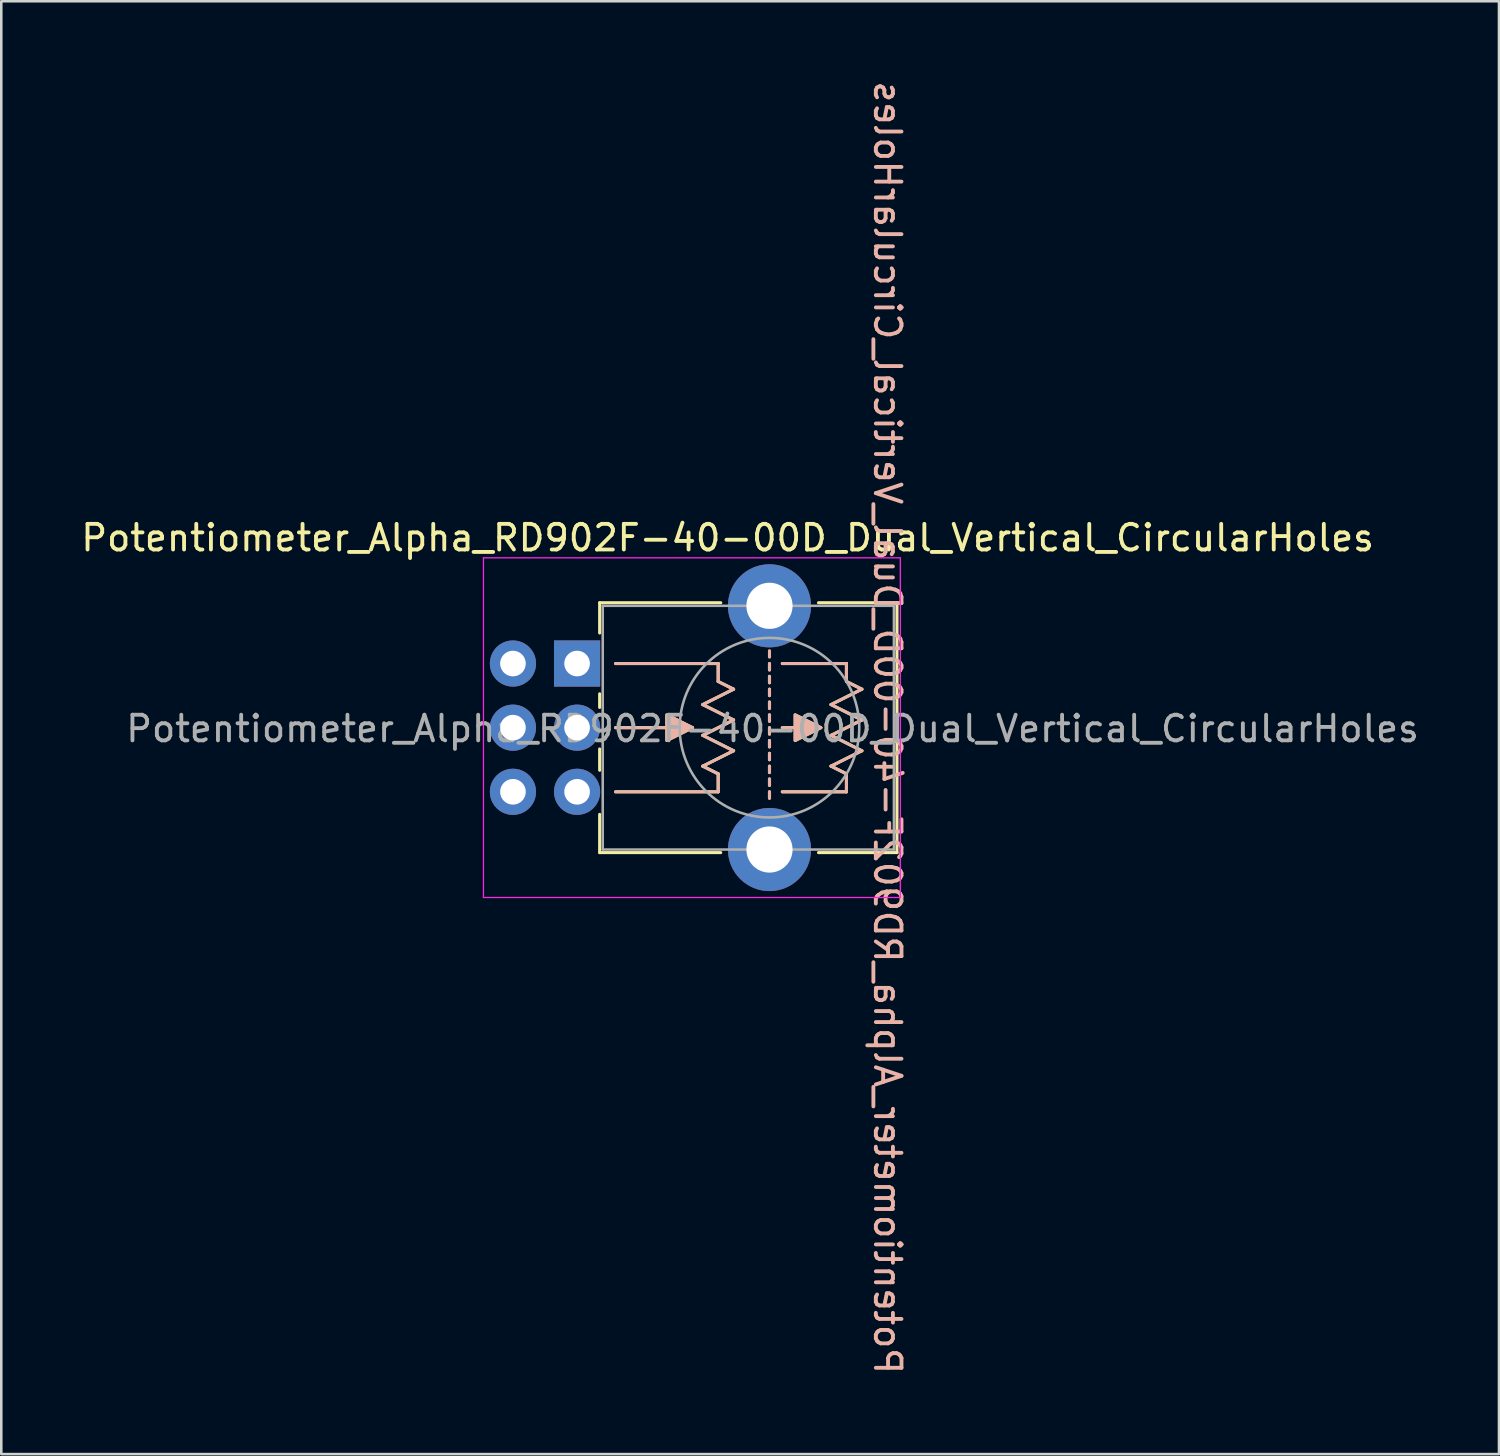
<source format=kicad_pcb>
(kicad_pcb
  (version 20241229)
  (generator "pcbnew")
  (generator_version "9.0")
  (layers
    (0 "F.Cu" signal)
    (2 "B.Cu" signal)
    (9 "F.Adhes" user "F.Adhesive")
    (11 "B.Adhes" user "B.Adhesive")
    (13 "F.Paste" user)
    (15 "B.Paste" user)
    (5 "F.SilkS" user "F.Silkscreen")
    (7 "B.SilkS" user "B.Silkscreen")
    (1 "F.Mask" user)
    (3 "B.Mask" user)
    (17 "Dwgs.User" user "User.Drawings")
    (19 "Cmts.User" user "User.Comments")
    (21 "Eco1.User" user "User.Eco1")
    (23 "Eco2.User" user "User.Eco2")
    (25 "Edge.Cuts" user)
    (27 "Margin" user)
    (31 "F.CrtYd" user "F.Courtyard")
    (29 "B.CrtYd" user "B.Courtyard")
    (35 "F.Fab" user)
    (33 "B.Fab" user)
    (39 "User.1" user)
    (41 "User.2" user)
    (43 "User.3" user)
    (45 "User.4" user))
  (footprint "Potentiometer_Alpha_RD902F-40-00D_Dual_Vertical_CircularHoles"
    (layer "F.Cu")
    (at 19.445 22.815)
    (property "Reference" "Potentiometer_Alpha_RD902F-40-00D_Dual_Vertical_CircularHoles" (at 5.87 -4.9 180) (layer "F.SilkS") (effects (font (size 1 1) (thickness 0.15))))
    (attr through_hole)
    (fp_line (start 0.88 -2.37) (end 5.6 -2.37) (stroke (width 0.12) (type solid)) (layer "F.SilkS"))
    (fp_line (start 0.88 -1.19) (end 0.88 -2.37) (stroke (width 0.12) (type solid)) (layer "F.SilkS"))
    (fp_line (start 0.88 1.71) (end 0.88 1.18) (stroke (width 0.12) (type solid)) (layer "F.SilkS"))
    (fp_line (start 0.88 4.16) (end 0.88 3.33) (stroke (width 0.12) (type solid)) (layer "F.SilkS"))
    (fp_line (start 0.88 7.37) (end 0.88 5.88) (stroke (width 0.12) (type solid)) (layer "F.SilkS"))
    (fp_line (start 0.88 7.37) (end 5.6 7.37) (stroke (width 0.12) (type solid)) (layer "F.SilkS"))
    (fp_line (start 1.5 2.5) (end 4.5 2.5) (stroke (width 0.12) (type solid)) (layer "F.SilkS"))
    (fp_line (start 4.9 1.6) (end 6.1 1) (stroke (width 0.12) (type solid)) (layer "F.SilkS"))
    (fp_line (start 4.9 2.8) (end 6.1 2.2) (stroke (width 0.12) (type solid)) (layer "F.SilkS"))
    (fp_line (start 4.9 4) (end 6.1 3.4) (stroke (width 0.12) (type solid)) (layer "F.SilkS"))
    (fp_line (start 5.5 0) (end 1.5 0) (stroke (width 0.12) (type solid)) (layer "F.SilkS"))
    (fp_line (start 5.5 0.7) (end 5.5 0) (stroke (width 0.12) (type solid)) (layer "F.SilkS"))
    (fp_line (start 5.5 4.3) (end 4.9 4) (stroke (width 0.12) (type solid)) (layer "F.SilkS"))
    (fp_line (start 5.5 4.3) (end 5.5 5) (stroke (width 0.12) (type solid)) (layer "F.SilkS"))
    (fp_line (start 5.5 5) (end 1.5 5) (stroke (width 0.12) (type solid)) (layer "F.SilkS"))
    (fp_line (start 6.1 1) (end 5.5 0.7) (stroke (width 0.12) (type solid)) (layer "F.SilkS"))
    (fp_line (start 6.1 2.2) (end 4.9 1.6) (stroke (width 0.12) (type solid)) (layer "F.SilkS"))
    (fp_line (start 6.1 3.4) (end 4.9 2.8) (stroke (width 0.12) (type solid)) (layer "F.SilkS"))
    (fp_line (start 7.5 0) (end 7.5 0.25) (stroke (width 0.12) (type solid)) (layer "F.SilkS"))
    (fp_line (start 7.5 0.5) (end 7.5 0.75) (stroke (width 0.12) (type solid)) (layer "F.SilkS"))
    (fp_line (start 7.5 1) (end 7.5 1.25) (stroke (width 0.12) (type solid)) (layer "F.SilkS"))
    (fp_line (start 7.5 1.5) (end 7.5 1.75) (stroke (width 0.12) (type solid)) (layer "F.SilkS"))
    (fp_line (start 7.5 2) (end 7.5 2.25) (stroke (width 0.12) (type solid)) (layer "F.SilkS"))
    (fp_line (start 7.5 2.5) (end 7.5 2.75) (stroke (width 0.12) (type solid)) (layer "F.SilkS"))
    (fp_line (start 7.5 3) (end 7.5 3.25) (stroke (width 0.12) (type solid)) (layer "F.SilkS"))
    (fp_line (start 7.5 3.5) (end 7.5 3.75) (stroke (width 0.12) (type solid)) (layer "F.SilkS"))
    (fp_line (start 7.5 4) (end 7.5 4.25) (stroke (width 0.12) (type solid)) (layer "F.SilkS"))
    (fp_line (start 7.5 4.5) (end 7.5 4.75) (stroke (width 0.12) (type solid)) (layer "F.SilkS"))
    (fp_line (start 7.5 5) (end 7.5 5.25) (stroke (width 0.12) (type solid)) (layer "F.SilkS"))
    (fp_line (start 8 2.5) (end 9.5 2.5) (stroke (width 0.12) (type solid)) (layer "F.SilkS"))
    (fp_line (start 9.41 -2.37) (end 12.47 -2.37) (stroke (width 0.12) (type solid)) (layer "F.SilkS"))
    (fp_line (start 9.41 7.37) (end 12.47 7.37) (stroke (width 0.12) (type solid)) (layer "F.SilkS"))
    (fp_line (start 9.9 1.6) (end 11.1 1) (stroke (width 0.12) (type solid)) (layer "F.SilkS"))
    (fp_line (start 9.9 2.8) (end 11.1 2.2) (stroke (width 0.12) (type solid)) (layer "F.SilkS"))
    (fp_line (start 9.9 4) (end 11.1 3.4) (stroke (width 0.12) (type solid)) (layer "F.SilkS"))
    (fp_line (start 10.5 0) (end 8 0) (stroke (width 0.12) (type solid)) (layer "F.SilkS"))
    (fp_line (start 10.5 0.7) (end 10.5 0) (stroke (width 0.12) (type solid)) (layer "F.SilkS"))
    (fp_line (start 10.5 4.3) (end 9.9 4) (stroke (width 0.12) (type solid)) (layer "F.SilkS"))
    (fp_line (start 10.5 4.3) (end 10.5 5) (stroke (width 0.12) (type solid)) (layer "F.SilkS"))
    (fp_line (start 10.5 5) (end 8 5) (stroke (width 0.12) (type solid)) (layer "F.SilkS"))
    (fp_line (start 11.1 1) (end 10.5 0.7) (stroke (width 0.12) (type solid)) (layer "F.SilkS"))
    (fp_line (start 11.1 2.2) (end 9.9 1.6) (stroke (width 0.12) (type solid)) (layer "F.SilkS"))
    (fp_line (start 11.1 3.4) (end 9.9 2.8) (stroke (width 0.12) (type solid)) (layer "F.SilkS"))
    (fp_line (start 12.47 7.37) (end 12.47 -2.37) (stroke (width 0.12) (type solid)) (layer "F.SilkS"))
    (fp_poly (pts (xy 4.5 2.5) (xy 3.5 3) (xy 3.5 2)) (stroke (width 0.12) (type solid)) (fill yes) (layer "F.SilkS"))
    (fp_poly (pts (xy 9.5 2.5) (xy 8.5 3) (xy 8.5 2)) (stroke (width 0.12) (type solid)) (fill yes) (layer "F.SilkS"))
    (fp_line (start 1.5 0) (end 5.5 0) (stroke (width 0.12) (type solid)) (layer "B.SilkS"))
    (fp_line (start 1.5 2.5) (end 4.5 2.5) (stroke (width 0.12) (type solid)) (layer "B.SilkS"))
    (fp_line (start 4.9 1.6) (end 6.1 2.2) (stroke (width 0.12) (type solid)) (layer "B.SilkS"))
    (fp_line (start 4.9 2.8) (end 6.1 3.4) (stroke (width 0.12) (type solid)) (layer "B.SilkS"))
    (fp_line (start 4.9 4) (end 5.5 4.3) (stroke (width 0.12) (type solid)) (layer "B.SilkS"))
    (fp_line (start 5.5 0) (end 5.5 0.7) (stroke (width 0.12) (type solid)) (layer "B.SilkS"))
    (fp_line (start 5.5 0.7) (end 6.1 1) (stroke (width 0.12) (type solid)) (layer "B.SilkS"))
    (fp_line (start 5.5 4.3) (end 5.5 5) (stroke (width 0.12) (type solid)) (layer "B.SilkS"))
    (fp_line (start 5.5 5) (end 1.5 5) (stroke (width 0.12) (type solid)) (layer "B.SilkS"))
    (fp_line (start 6.1 1) (end 4.9 1.6) (stroke (width 0.12) (type solid)) (layer "B.SilkS"))
    (fp_line (start 6.1 2.2) (end 4.9 2.8) (stroke (width 0.12) (type solid)) (layer "B.SilkS"))
    (fp_line (start 6.1 3.4) (end 4.9 4) (stroke (width 0.12) (type solid)) (layer "B.SilkS"))
    (fp_line (start 7.5 -0.5) (end 7.5 -0.25) (stroke (width 0.12) (type solid)) (layer "B.SilkS"))
    (fp_line (start 7.5 0) (end 7.5 0.25) (stroke (width 0.12) (type solid)) (layer "B.SilkS"))
    (fp_line (start 7.5 0.5) (end 7.5 0.75) (stroke (width 0.12) (type solid)) (layer "B.SilkS"))
    (fp_line (start 7.5 1) (end 7.5 1.25) (stroke (width 0.12) (type solid)) (layer "B.SilkS"))
    (fp_line (start 7.5 1.5) (end 7.5 1.75) (stroke (width 0.12) (type solid)) (layer "B.SilkS"))
    (fp_line (start 7.5 2) (end 7.5 2.25) (stroke (width 0.12) (type solid)) (layer "B.SilkS"))
    (fp_line (start 7.5 2.5) (end 7.5 2.75) (stroke (width 0.12) (type solid)) (layer "B.SilkS"))
    (fp_line (start 7.5 3) (end 7.5 3.25) (stroke (width 0.12) (type solid)) (layer "B.SilkS"))
    (fp_line (start 7.5 3.5) (end 7.5 3.75) (stroke (width 0.12) (type solid)) (layer "B.SilkS"))
    (fp_line (start 7.5 4) (end 7.5 4.25) (stroke (width 0.12) (type solid)) (layer "B.SilkS"))
    (fp_line (start 7.5 4.5) (end 7.5 4.75) (stroke (width 0.12) (type solid)) (layer "B.SilkS"))
    (fp_line (start 7.5 5) (end 7.5 5.25) (stroke (width 0.12) (type solid)) (layer "B.SilkS"))
    (fp_line (start 8 0) (end 10.5 0) (stroke (width 0.12) (type solid)) (layer "B.SilkS"))
    (fp_line (start 8 2.5) (end 9.5 2.5) (stroke (width 0.12) (type solid)) (layer "B.SilkS"))
    (fp_line (start 9.9 1.6) (end 11.1 2.2) (stroke (width 0.12) (type solid)) (layer "B.SilkS"))
    (fp_line (start 9.9 2.8) (end 11.1 3.4) (stroke (width 0.12) (type solid)) (layer "B.SilkS"))
    (fp_line (start 9.9 4) (end 10.5 4.3) (stroke (width 0.12) (type solid)) (layer "B.SilkS"))
    (fp_line (start 10.5 0) (end 10.5 0.7) (stroke (width 0.12) (type solid)) (layer "B.SilkS"))
    (fp_line (start 10.5 0.7) (end 11.1 1) (stroke (width 0.12) (type solid)) (layer "B.SilkS"))
    (fp_line (start 10.5 4.3) (end 10.5 5) (stroke (width 0.12) (type solid)) (layer "B.SilkS"))
    (fp_line (start 10.5 5) (end 8 5) (stroke (width 0.12) (type solid)) (layer "B.SilkS"))
    (fp_line (start 11.1 1) (end 9.9 1.6) (stroke (width 0.12) (type solid)) (layer "B.SilkS"))
    (fp_line (start 11.1 2.2) (end 9.9 2.8) (stroke (width 0.12) (type solid)) (layer "B.SilkS"))
    (fp_line (start 11.1 3.4) (end 9.9 4) (stroke (width 0.12) (type solid)) (layer "B.SilkS"))
    (fp_poly (pts (xy 4.5 2.5) (xy 3.5 3) (xy 3.5 2)) (stroke (width 0.12) (type solid)) (fill yes) (layer "B.SilkS"))
    (fp_poly (pts (xy 9.5 2.5) (xy 8.5 3) (xy 8.5 2)) (stroke (width 0.12) (type solid)) (fill yes) (layer "B.SilkS"))
    (fp_line (start -3.65 -4.12) (end -3.65 9.12) (stroke (width 0.05) (type solid)) (layer "F.CrtYd"))
    (fp_line (start -3.65 9.12) (end 12.6 9.12) (stroke (width 0.05) (type solid)) (layer "F.CrtYd"))
    (fp_line (start 12.6 -4.12) (end -3.65 -4.12) (stroke (width 0.05) (type solid)) (layer "F.CrtYd"))
    (fp_line (start 12.6 9.12) (end 12.6 -4.12) (stroke (width 0.05) (type solid)) (layer "F.CrtYd"))
    (fp_line (start 1 -2.25) (end 12.35 -2.25) (stroke (width 0.1) (type solid)) (layer "F.Fab"))
    (fp_line (start 1 7.25) (end 1 -2.25) (stroke (width 0.1) (type solid)) (layer "F.Fab"))
    (fp_line (start 1 7.25) (end 12.35 7.25) (stroke (width 0.1) (type solid)) (layer "F.Fab"))
    (fp_line (start 12.35 7.25) (end 12.35 -2.25) (stroke (width 0.1) (type solid)) (layer "F.Fab"))
    (fp_circle (center 7.5 2.5) (end 7.5 -1) (stroke (width 0.1) (type solid)) (fill no) (layer "F.Fab"))
    (fp_text user "${REFERENCE}" (at 12.1 2.5 270) (unlocked yes) (layer "B.SilkS") (effects (font (size 1 1) (thickness 0.15)) (justify mirror)))
    (fp_text user "${REFERENCE}" (at 7.62 2.54 0) (layer "F.Fab") (effects (font (size 1 1) (thickness 0.15))))
    (pad "" thru_hole circle (at 7.5 -2.25 90) (size 3.24 3.24) (drill 1.8) (layers "*.Cu" "*.Mask"))
    (pad "" thru_hole circle (at 7.5 7.25 90) (size 3.24 3.24) (drill 1.8) (layers "*.Cu" "*.Mask"))
    (pad "1" thru_hole rect (at 0 0 90) (size 1.8 1.8) (drill 1) (layers "*.Cu" "*.Mask"))
    (pad "2" thru_hole circle (at 0 2.5 90) (size 1.8 1.8) (drill 1) (layers "*.Cu" "*.Mask"))
    (pad "3" thru_hole circle (at 0 5 90) (size 1.8 1.8) (drill 1) (layers "*.Cu" "*.Mask"))
    (pad "4" thru_hole circle (at -2.5 0 90) (size 1.8 1.8) (drill 1) (layers "*.Cu" "*.Mask"))
    (pad "5" thru_hole circle (at -2.5 2.5 90) (size 1.8 1.8) (drill 1) (layers "*.Cu" "*.Mask"))
    (pad "6" thru_hole circle (at -2.5 5 90) (size 1.8 1.8) (drill 1) (layers "*.Cu" "*.Mask")))
  (gr_rect
    (start -3 -3)
    (end 55.381 53.631)
    (stroke (width 0.1) (type default))
    (fill no)
    (layer "Edge.Cuts")))
</source>
